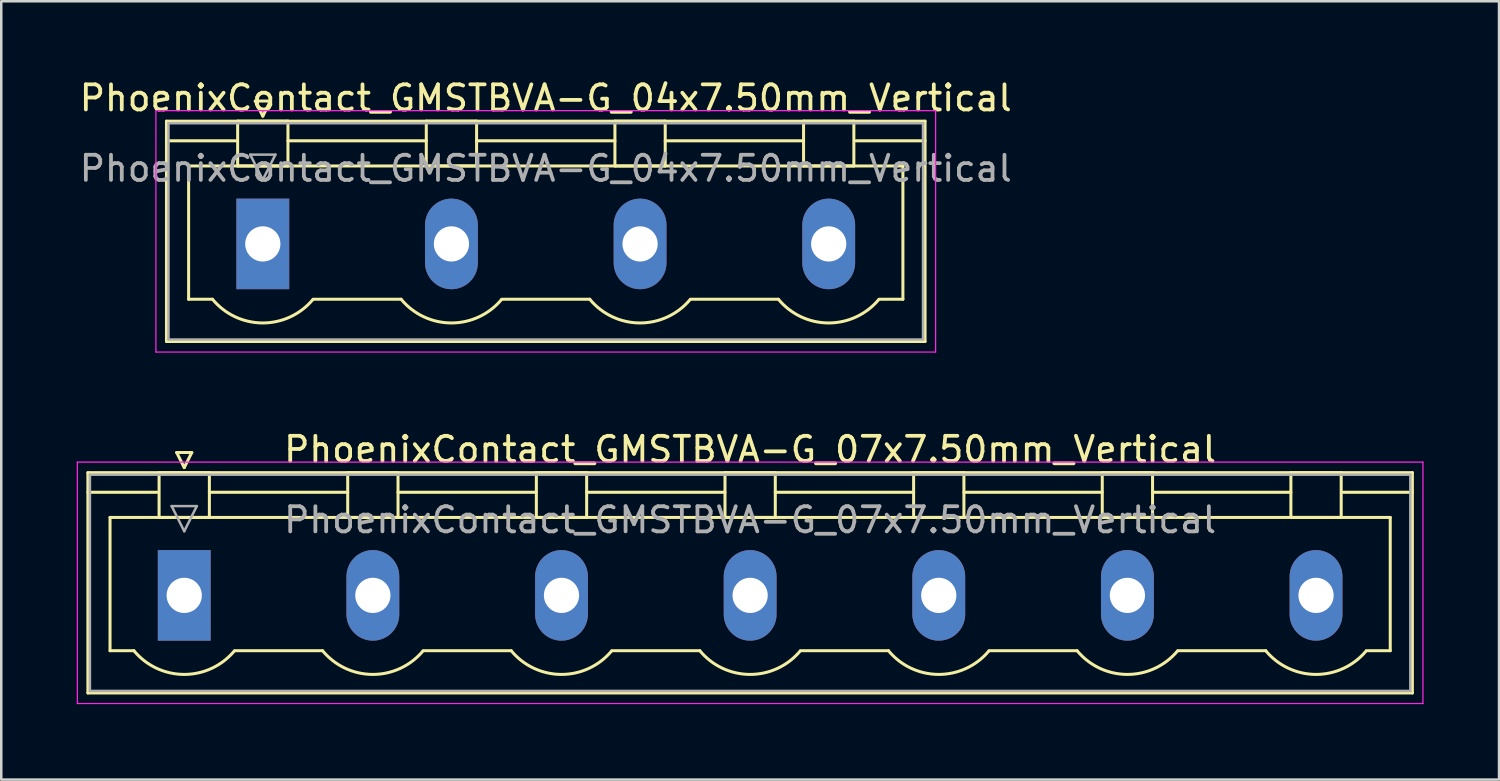
<source format=kicad_pcb>
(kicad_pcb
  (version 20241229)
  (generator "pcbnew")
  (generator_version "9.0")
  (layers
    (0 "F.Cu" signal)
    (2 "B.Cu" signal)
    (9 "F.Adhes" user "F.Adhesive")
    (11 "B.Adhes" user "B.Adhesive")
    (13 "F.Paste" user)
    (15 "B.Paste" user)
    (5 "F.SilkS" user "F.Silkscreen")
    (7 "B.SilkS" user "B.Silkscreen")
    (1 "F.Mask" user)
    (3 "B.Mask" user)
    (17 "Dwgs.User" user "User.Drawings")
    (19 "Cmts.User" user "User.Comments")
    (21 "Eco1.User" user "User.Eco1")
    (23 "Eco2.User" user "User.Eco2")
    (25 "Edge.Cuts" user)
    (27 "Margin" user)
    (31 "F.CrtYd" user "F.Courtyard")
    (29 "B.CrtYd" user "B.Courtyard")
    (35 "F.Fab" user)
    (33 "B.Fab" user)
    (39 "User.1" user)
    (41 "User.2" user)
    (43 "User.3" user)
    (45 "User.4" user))
  (footprint "PhoenixContact_GMSTBVA-G_07x7.50mm_Vertical"
    (layer "F.Cu")
    (at 4.275 20.622)
    (property "Reference" "PhoenixContact_GMSTBVA-G_07x7.50mm_Vertical" (at 22.5 -5.8 0) (layer "F.SilkS") (effects (font (size 1 1) (thickness 0.15))))
    (attr through_hole)
    (fp_line (start -3.83 -4.88) (end -3.83 3.88) (stroke (width 0.12) (type solid)) (layer "F.SilkS"))
    (fp_line (start -3.83 -4.1) (end -1.08 -4.1) (stroke (width 0.12) (type solid)) (layer "F.SilkS"))
    (fp_line (start -3.83 3.88) (end 48.83 3.88) (stroke (width 0.12) (type solid)) (layer "F.SilkS"))
    (fp_line (start -2.95 -3.1) (end 47.95 -3.1) (stroke (width 0.12) (type solid)) (layer "F.SilkS"))
    (fp_line (start -2.95 2.2) (end -2.95 -3.1) (stroke (width 0.12) (type solid)) (layer "F.SilkS"))
    (fp_line (start -2 2.2) (end -2.95 2.2) (stroke (width 0.12) (type solid)) (layer "F.SilkS"))
    (fp_line (start -1 -4.88) (end 1 -4.88) (stroke (width 0.12) (type solid)) (layer "F.SilkS"))
    (fp_line (start -1 -3.1) (end -1 -4.88) (stroke (width 0.12) (type solid)) (layer "F.SilkS"))
    (fp_line (start -0.3 -5.68) (end 0.3 -5.68) (stroke (width 0.12) (type solid)) (layer "F.SilkS"))
    (fp_line (start 0 -5.08) (end -0.3 -5.68) (stroke (width 0.12) (type solid)) (layer "F.SilkS"))
    (fp_line (start 0.3 -5.68) (end 0 -5.08) (stroke (width 0.12) (type solid)) (layer "F.SilkS"))
    (fp_line (start 1 -4.88) (end 1 -3.1) (stroke (width 0.12) (type solid)) (layer "F.SilkS"))
    (fp_line (start 1 -4.1) (end 6.5 -4.1) (stroke (width 0.12) (type solid)) (layer "F.SilkS"))
    (fp_line (start 1 -3.1) (end -1 -3.1) (stroke (width 0.12) (type solid)) (layer "F.SilkS"))
    (fp_line (start 2 2.2) (end 5.5 2.2) (stroke (width 0.12) (type solid)) (layer "F.SilkS"))
    (fp_line (start 6.5 -4.88) (end 8.5 -4.88) (stroke (width 0.12) (type solid)) (layer "F.SilkS"))
    (fp_line (start 6.5 -3.1) (end 6.5 -4.88) (stroke (width 0.12) (type solid)) (layer "F.SilkS"))
    (fp_line (start 8.5 -4.88) (end 8.5 -3.1) (stroke (width 0.12) (type solid)) (layer "F.SilkS"))
    (fp_line (start 8.5 -4.1) (end 14 -4.1) (stroke (width 0.12) (type solid)) (layer "F.SilkS"))
    (fp_line (start 8.5 -3.1) (end 6.5 -3.1) (stroke (width 0.12) (type solid)) (layer "F.SilkS"))
    (fp_line (start 9.5 2.2) (end 13 2.2) (stroke (width 0.12) (type solid)) (layer "F.SilkS"))
    (fp_line (start 14 -4.88) (end 16 -4.88) (stroke (width 0.12) (type solid)) (layer "F.SilkS"))
    (fp_line (start 14 -3.1) (end 14 -4.88) (stroke (width 0.12) (type solid)) (layer "F.SilkS"))
    (fp_line (start 16 -4.88) (end 16 -3.1) (stroke (width 0.12) (type solid)) (layer "F.SilkS"))
    (fp_line (start 16 -4.1) (end 21.5 -4.1) (stroke (width 0.12) (type solid)) (layer "F.SilkS"))
    (fp_line (start 16 -3.1) (end 14 -3.1) (stroke (width 0.12) (type solid)) (layer "F.SilkS"))
    (fp_line (start 17 2.2) (end 20.5 2.2) (stroke (width 0.12) (type solid)) (layer "F.SilkS"))
    (fp_line (start 21.5 -4.88) (end 23.5 -4.88) (stroke (width 0.12) (type solid)) (layer "F.SilkS"))
    (fp_line (start 21.5 -3.1) (end 21.5 -4.88) (stroke (width 0.12) (type solid)) (layer "F.SilkS"))
    (fp_line (start 23.5 -4.88) (end 23.5 -3.1) (stroke (width 0.12) (type solid)) (layer "F.SilkS"))
    (fp_line (start 23.5 -4.1) (end 29 -4.1) (stroke (width 0.12) (type solid)) (layer "F.SilkS"))
    (fp_line (start 23.5 -3.1) (end 21.5 -3.1) (stroke (width 0.12) (type solid)) (layer "F.SilkS"))
    (fp_line (start 24.5 2.2) (end 28 2.2) (stroke (width 0.12) (type solid)) (layer "F.SilkS"))
    (fp_line (start 29 -4.88) (end 31 -4.88) (stroke (width 0.12) (type solid)) (layer "F.SilkS"))
    (fp_line (start 29 -3.1) (end 29 -4.88) (stroke (width 0.12) (type solid)) (layer "F.SilkS"))
    (fp_line (start 31 -4.88) (end 31 -3.1) (stroke (width 0.12) (type solid)) (layer "F.SilkS"))
    (fp_line (start 31 -4.1) (end 36.5 -4.1) (stroke (width 0.12) (type solid)) (layer "F.SilkS"))
    (fp_line (start 31 -3.1) (end 29 -3.1) (stroke (width 0.12) (type solid)) (layer "F.SilkS"))
    (fp_line (start 32 2.2) (end 35.5 2.2) (stroke (width 0.12) (type solid)) (layer "F.SilkS"))
    (fp_line (start 36.5 -4.88) (end 38.5 -4.88) (stroke (width 0.12) (type solid)) (layer "F.SilkS"))
    (fp_line (start 36.5 -3.1) (end 36.5 -4.88) (stroke (width 0.12) (type solid)) (layer "F.SilkS"))
    (fp_line (start 38.5 -4.88) (end 38.5 -3.1) (stroke (width 0.12) (type solid)) (layer "F.SilkS"))
    (fp_line (start 38.5 -4.1) (end 44 -4.1) (stroke (width 0.12) (type solid)) (layer "F.SilkS"))
    (fp_line (start 38.5 -3.1) (end 36.5 -3.1) (stroke (width 0.12) (type solid)) (layer "F.SilkS"))
    (fp_line (start 39.5 2.2) (end 43 2.2) (stroke (width 0.12) (type solid)) (layer "F.SilkS"))
    (fp_line (start 44 -4.88) (end 46 -4.88) (stroke (width 0.12) (type solid)) (layer "F.SilkS"))
    (fp_line (start 44 -3.1) (end 44 -4.88) (stroke (width 0.12) (type solid)) (layer "F.SilkS"))
    (fp_line (start 46 -4.88) (end 46 -3.1) (stroke (width 0.12) (type solid)) (layer "F.SilkS"))
    (fp_line (start 46 -3.1) (end 44 -3.1) (stroke (width 0.12) (type solid)) (layer "F.SilkS"))
    (fp_line (start 47.95 -3.1) (end 47.95 2.2) (stroke (width 0.12) (type solid)) (layer "F.SilkS"))
    (fp_line (start 47.95 2.2) (end 47 2.2) (stroke (width 0.12) (type solid)) (layer "F.SilkS"))
    (fp_line (start 48.83 -4.88) (end -3.83 -4.88) (stroke (width 0.12) (type solid)) (layer "F.SilkS"))
    (fp_line (start 48.83 -4.1) (end 46.08 -4.1) (stroke (width 0.12) (type solid)) (layer "F.SilkS"))
    (fp_line (start 48.83 3.88) (end 48.83 -4.88) (stroke (width 0.12) (type solid)) (layer "F.SilkS"))
    (fp_arc (start 1.986842 2.215821) (mid -0.010289 3.142758) (end -2 2.2) (stroke (width 0.12) (type solid)) (layer "F.SilkS"))
    (fp_arc (start 9.486842 2.215821) (mid 7.489711 3.142758) (end 5.5 2.2) (stroke (width 0.12) (type solid)) (layer "F.SilkS"))
    (fp_arc (start 16.986842 2.215821) (mid 14.989711 3.142758) (end 13 2.2) (stroke (width 0.12) (type solid)) (layer "F.SilkS"))
    (fp_arc (start 24.486842 2.215821) (mid 22.489711 3.142758) (end 20.5 2.2) (stroke (width 0.12) (type solid)) (layer "F.SilkS"))
    (fp_arc (start 31.986842 2.215821) (mid 29.989711 3.142758) (end 28 2.2) (stroke (width 0.12) (type solid)) (layer "F.SilkS"))
    (fp_arc (start 39.486842 2.215821) (mid 37.489711 3.142758) (end 35.5 2.2) (stroke (width 0.12) (type solid)) (layer "F.SilkS"))
    (fp_arc (start 46.986842 2.215821) (mid 44.989711 3.142758) (end 43 2.2) (stroke (width 0.12) (type solid)) (layer "F.SilkS"))
    (fp_line (start -4.25 -5.3) (end -4.25 4.3) (stroke (width 0.05) (type solid)) (layer "F.CrtYd"))
    (fp_line (start -4.25 4.3) (end 49.25 4.3) (stroke (width 0.05) (type solid)) (layer "F.CrtYd"))
    (fp_line (start 49.25 -5.3) (end -4.25 -5.3) (stroke (width 0.05) (type solid)) (layer "F.CrtYd"))
    (fp_line (start 49.25 4.3) (end 49.25 -5.3) (stroke (width 0.05) (type solid)) (layer "F.CrtYd"))
    (fp_line (start -3.75 -4.8) (end -3.75 3.8) (stroke (width 0.1) (type solid)) (layer "F.Fab"))
    (fp_line (start -3.75 3.8) (end 48.75 3.8) (stroke (width 0.1) (type solid)) (layer "F.Fab"))
    (fp_line (start -0.5 -3.55) (end 0.5 -3.55) (stroke (width 0.1) (type solid)) (layer "F.Fab"))
    (fp_line (start 0 -2.55) (end -0.5 -3.55) (stroke (width 0.1) (type solid)) (layer "F.Fab"))
    (fp_line (start 0.5 -3.55) (end 0 -2.55) (stroke (width 0.1) (type solid)) (layer "F.Fab"))
    (fp_line (start 48.75 -4.8) (end -3.75 -4.8) (stroke (width 0.1) (type solid)) (layer "F.Fab"))
    (fp_line (start 48.75 3.8) (end 48.75 -4.8) (stroke (width 0.1) (type solid)) (layer "F.Fab"))
    (fp_text user "${REFERENCE}" (at 22.5 -3 0) (layer "F.Fab") (effects (font (size 1 1) (thickness 0.15))))
    (pad "1" thru_hole rect (at 0 0) (size 2.1 3.6) (drill 1.4) (layers "*.Cu" "*.Mask"))
    (pad "2" thru_hole oval (at 7.5 0) (size 2.1 3.6) (drill 1.4) (layers "*.Cu" "*.Mask"))
    (pad "3" thru_hole oval (at 15 0) (size 2.1 3.6) (drill 1.4) (layers "*.Cu" "*.Mask"))
    (pad "4" thru_hole oval (at 22.5 0) (size 2.1 3.6) (drill 1.4) (layers "*.Cu" "*.Mask"))
    (pad "5" thru_hole oval (at 30 0) (size 2.1 3.6) (drill 1.4) (layers "*.Cu" "*.Mask"))
    (pad "6" thru_hole oval (at 37.5 0) (size 2.1 3.6) (drill 1.4) (layers "*.Cu" "*.Mask"))
    (pad "7" thru_hole oval (at 45 0) (size 2.1 3.6) (drill 1.4) (layers "*.Cu" "*.Mask")))
  (footprint "PhoenixContact_GMSTBVA-G_04x7.50mm_Vertical"
    (layer "F.Cu")
    (at 7.399 6.648)
    (property "Reference" "PhoenixContact_GMSTBVA-G_04x7.50mm_Vertical" (at 11.25 -5.8 0) (layer "F.SilkS") (effects (font (size 1 1) (thickness 0.15))))
    (attr through_hole)
    (fp_line (start -3.83 -4.88) (end -3.83 3.88) (stroke (width 0.12) (type solid)) (layer "F.SilkS"))
    (fp_line (start -3.83 -4.1) (end -1.08 -4.1) (stroke (width 0.12) (type solid)) (layer "F.SilkS"))
    (fp_line (start -3.83 3.88) (end 26.33 3.88) (stroke (width 0.12) (type solid)) (layer "F.SilkS"))
    (fp_line (start -2.95 -3.1) (end 25.45 -3.1) (stroke (width 0.12) (type solid)) (layer "F.SilkS"))
    (fp_line (start -2.95 2.2) (end -2.95 -3.1) (stroke (width 0.12) (type solid)) (layer "F.SilkS"))
    (fp_line (start -2 2.2) (end -2.95 2.2) (stroke (width 0.12) (type solid)) (layer "F.SilkS"))
    (fp_line (start -1 -4.88) (end 1 -4.88) (stroke (width 0.12) (type solid)) (layer "F.SilkS"))
    (fp_line (start -1 -3.1) (end -1 -4.88) (stroke (width 0.12) (type solid)) (layer "F.SilkS"))
    (fp_line (start -0.3 -5.68) (end 0.3 -5.68) (stroke (width 0.12) (type solid)) (layer "F.SilkS"))
    (fp_line (start 0 -5.08) (end -0.3 -5.68) (stroke (width 0.12) (type solid)) (layer "F.SilkS"))
    (fp_line (start 0.3 -5.68) (end 0 -5.08) (stroke (width 0.12) (type solid)) (layer "F.SilkS"))
    (fp_line (start 1 -4.88) (end 1 -3.1) (stroke (width 0.12) (type solid)) (layer "F.SilkS"))
    (fp_line (start 1 -4.1) (end 6.5 -4.1) (stroke (width 0.12) (type solid)) (layer "F.SilkS"))
    (fp_line (start 1 -3.1) (end -1 -3.1) (stroke (width 0.12) (type solid)) (layer "F.SilkS"))
    (fp_line (start 2 2.2) (end 5.5 2.2) (stroke (width 0.12) (type solid)) (layer "F.SilkS"))
    (fp_line (start 6.5 -4.88) (end 8.5 -4.88) (stroke (width 0.12) (type solid)) (layer "F.SilkS"))
    (fp_line (start 6.5 -3.1) (end 6.5 -4.88) (stroke (width 0.12) (type solid)) (layer "F.SilkS"))
    (fp_line (start 8.5 -4.88) (end 8.5 -3.1) (stroke (width 0.12) (type solid)) (layer "F.SilkS"))
    (fp_line (start 8.5 -4.1) (end 14 -4.1) (stroke (width 0.12) (type solid)) (layer "F.SilkS"))
    (fp_line (start 8.5 -3.1) (end 6.5 -3.1) (stroke (width 0.12) (type solid)) (layer "F.SilkS"))
    (fp_line (start 9.5 2.2) (end 13 2.2) (stroke (width 0.12) (type solid)) (layer "F.SilkS"))
    (fp_line (start 14 -4.88) (end 16 -4.88) (stroke (width 0.12) (type solid)) (layer "F.SilkS"))
    (fp_line (start 14 -3.1) (end 14 -4.88) (stroke (width 0.12) (type solid)) (layer "F.SilkS"))
    (fp_line (start 16 -4.88) (end 16 -3.1) (stroke (width 0.12) (type solid)) (layer "F.SilkS"))
    (fp_line (start 16 -4.1) (end 21.5 -4.1) (stroke (width 0.12) (type solid)) (layer "F.SilkS"))
    (fp_line (start 16 -3.1) (end 14 -3.1) (stroke (width 0.12) (type solid)) (layer "F.SilkS"))
    (fp_line (start 17 2.2) (end 20.5 2.2) (stroke (width 0.12) (type solid)) (layer "F.SilkS"))
    (fp_line (start 21.5 -4.88) (end 23.5 -4.88) (stroke (width 0.12) (type solid)) (layer "F.SilkS"))
    (fp_line (start 21.5 -3.1) (end 21.5 -4.88) (stroke (width 0.12) (type solid)) (layer "F.SilkS"))
    (fp_line (start 23.5 -4.88) (end 23.5 -3.1) (stroke (width 0.12) (type solid)) (layer "F.SilkS"))
    (fp_line (start 23.5 -3.1) (end 21.5 -3.1) (stroke (width 0.12) (type solid)) (layer "F.SilkS"))
    (fp_line (start 25.45 -3.1) (end 25.45 2.2) (stroke (width 0.12) (type solid)) (layer "F.SilkS"))
    (fp_line (start 25.45 2.2) (end 24.5 2.2) (stroke (width 0.12) (type solid)) (layer "F.SilkS"))
    (fp_line (start 26.33 -4.88) (end -3.83 -4.88) (stroke (width 0.12) (type solid)) (layer "F.SilkS"))
    (fp_line (start 26.33 -4.1) (end 23.58 -4.1) (stroke (width 0.12) (type solid)) (layer "F.SilkS"))
    (fp_line (start 26.33 3.88) (end 26.33 -4.88) (stroke (width 0.12) (type solid)) (layer "F.SilkS"))
    (fp_arc (start 1.986842 2.215821) (mid -0.010289 3.142758) (end -2 2.2) (stroke (width 0.12) (type solid)) (layer "F.SilkS"))
    (fp_arc (start 9.486842 2.215821) (mid 7.489711 3.142758) (end 5.5 2.2) (stroke (width 0.12) (type solid)) (layer "F.SilkS"))
    (fp_arc (start 16.986842 2.215821) (mid 14.989711 3.142758) (end 13 2.2) (stroke (width 0.12) (type solid)) (layer "F.SilkS"))
    (fp_arc (start 24.486842 2.215821) (mid 22.489711 3.142758) (end 20.5 2.2) (stroke (width 0.12) (type solid)) (layer "F.SilkS"))
    (fp_line (start -4.25 -5.3) (end -4.25 4.3) (stroke (width 0.05) (type solid)) (layer "F.CrtYd"))
    (fp_line (start -4.25 4.3) (end 26.75 4.3) (stroke (width 0.05) (type solid)) (layer "F.CrtYd"))
    (fp_line (start 26.75 -5.3) (end -4.25 -5.3) (stroke (width 0.05) (type solid)) (layer "F.CrtYd"))
    (fp_line (start 26.75 4.3) (end 26.75 -5.3) (stroke (width 0.05) (type solid)) (layer "F.CrtYd"))
    (fp_line (start -3.75 -4.8) (end -3.75 3.8) (stroke (width 0.1) (type solid)) (layer "F.Fab"))
    (fp_line (start -3.75 3.8) (end 26.25 3.8) (stroke (width 0.1) (type solid)) (layer "F.Fab"))
    (fp_line (start -0.5 -3.55) (end 0.5 -3.55) (stroke (width 0.1) (type solid)) (layer "F.Fab"))
    (fp_line (start 0 -2.55) (end -0.5 -3.55) (stroke (width 0.1) (type solid)) (layer "F.Fab"))
    (fp_line (start 0.5 -3.55) (end 0 -2.55) (stroke (width 0.1) (type solid)) (layer "F.Fab"))
    (fp_line (start 26.25 -4.8) (end -3.75 -4.8) (stroke (width 0.1) (type solid)) (layer "F.Fab"))
    (fp_line (start 26.25 3.8) (end 26.25 -4.8) (stroke (width 0.1) (type solid)) (layer "F.Fab"))
    (fp_text user "${REFERENCE}" (at 11.25 -3 0) (layer "F.Fab") (effects (font (size 1 1) (thickness 0.15))))
    (pad "1" thru_hole rect (at 0 0) (size 2.1 3.6) (drill 1.4) (layers "*.Cu" "*.Mask"))
    (pad "2" thru_hole oval (at 7.5 0) (size 2.1 3.6) (drill 1.4) (layers "*.Cu" "*.Mask"))
    (pad "3" thru_hole oval (at 15 0) (size 2.1 3.6) (drill 1.4) (layers "*.Cu" "*.Mask"))
    (pad "4" thru_hole oval (at 22.5 0) (size 2.1 3.6) (drill 1.4) (layers "*.Cu" "*.Mask")))
  (gr_rect
    (start -3 -3)
    (end 56.55 27.947)
    (stroke (width 0.1) (type default))
    (fill no)
    (layer "Edge.Cuts")))
</source>
